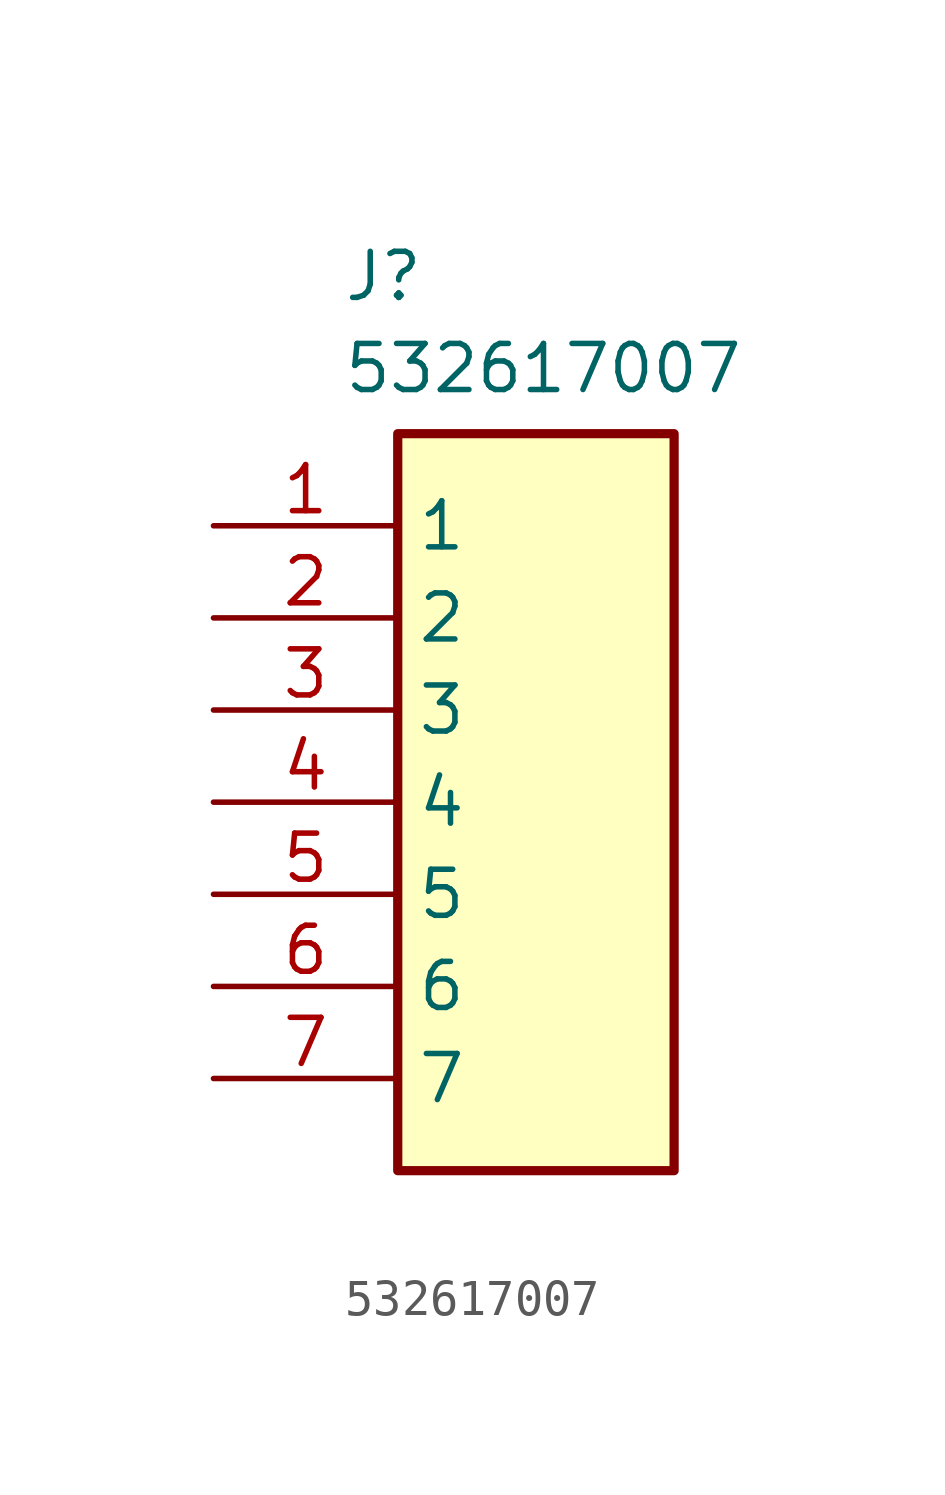
<source format=kicad_sym>
(kicad_symbol_lib
  (version 20241209)
  (generator "kicad_symbol_editor")
  (generator_version "9.0")
  (symbol "532617007"
    (property "Reference" "J"
      (at 3.556 7.62 0)
      (effects (font (size 1.27 1.27)) (justify left top)))
    (property "Value" "532617007"
      (at 3.556 5.08 0)
      (effects (font (size 1.27 1.27)) (justify left top)))
    (symbol "532617007_1_1"
      (rectangle (start 5.08 2.54) (end 12.7 -17.78) (stroke (width 0.254) (type default)) (fill (type background)))
      (pin passive line (at 0 0 0) (length 5.08) (name "1" (effects (font (size 1.27 1.27)))) (number "1" (effects (font (size 1.27 1.27)))))
      (pin passive line (at 0 -2.54 0) (length 5.08) (name "2" (effects (font (size 1.27 1.27)))) (number "2" (effects (font (size 1.27 1.27)))))
      (pin passive line (at 0 -5.08 0) (length 5.08) (name "3" (effects (font (size 1.27 1.27)))) (number "3" (effects (font (size 1.27 1.27)))))
      (pin passive line (at 0 -7.62 0) (length 5.08) (name "4" (effects (font (size 1.27 1.27)))) (number "4" (effects (font (size 1.27 1.27)))))
      (pin passive line (at 0 -10.16 0) (length 5.08) (name "5" (effects (font (size 1.27 1.27)))) (number "5" (effects (font (size 1.27 1.27)))))
      (pin passive line (at 0 -12.7 0) (length 5.08) (name "6" (effects (font (size 1.27 1.27)))) (number "6" (effects (font (size 1.27 1.27)))))
      (pin passive line (at 0 -15.24 0) (length 5.08) (name "7" (effects (font (size 1.27 1.27)))) (number "7" (effects (font (size 1.27 1.27))))))))
</source>
